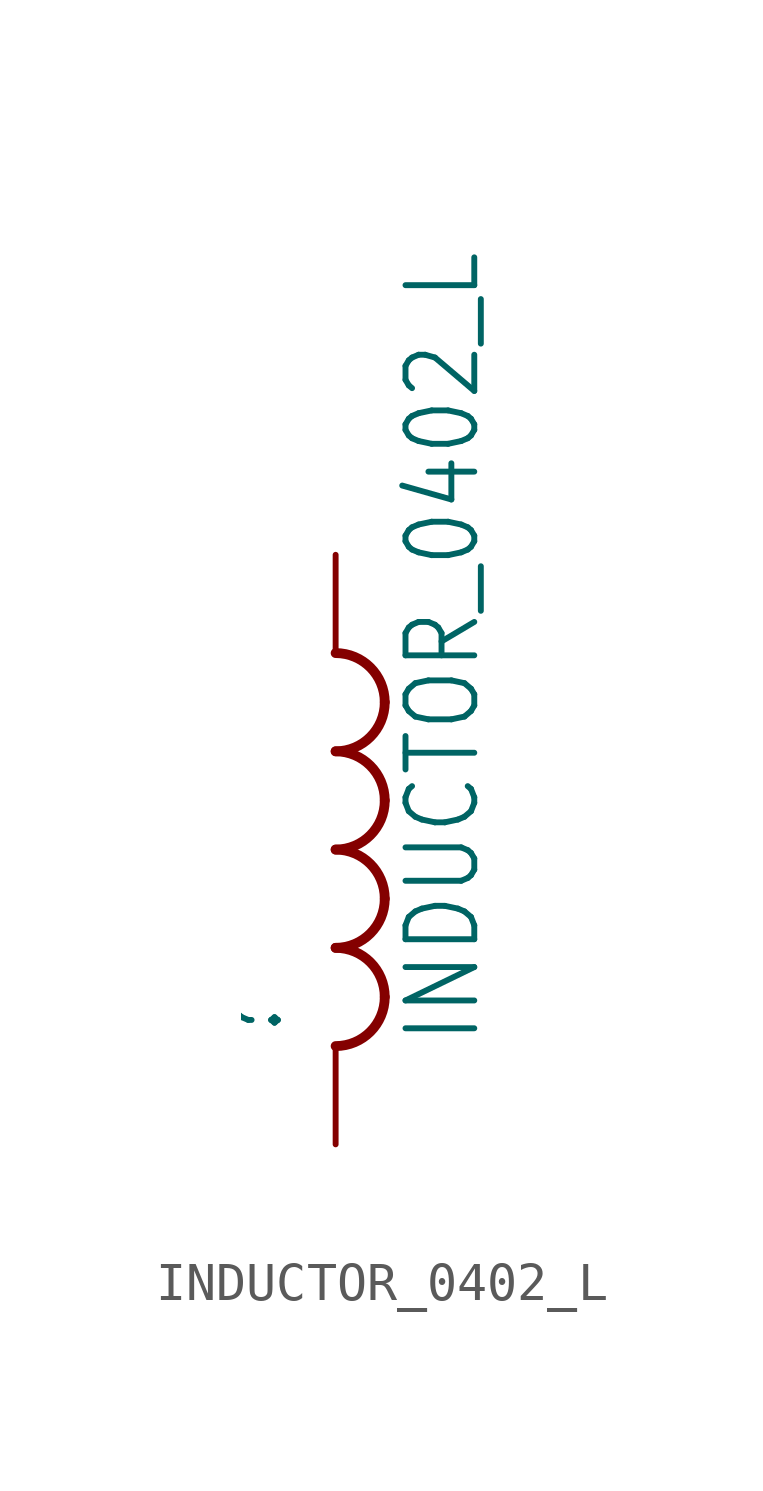
<source format=kicad_sym>
(kicad_symbol_lib
  (version 20211014)
  (generator kicad_symbol_editor)
  (symbol "INDUCTOR_0402_L"
    (property "Reference" ""
      (at -1.27 -5.08 90)
      (effects (font (size 1.778 1.511)) (justify left bottom)))
    (property "Value" "INDUCTOR_0402_L"
      (at 3.81 -5.08 90)
      (effects (font (size 1.778 1.511)) (justify left bottom)))
    (property "ki_locked" ""
      (at 0 0 0)
      (effects (font (size 1.27 1.27))))
    (symbol "INDUCTOR_0402_L_1_0"
      (arc (start 0 -5.08) (mid 0.898 -4.708) (end 1.27 -3.81) (stroke (width 0.254) (type default) (color 0 0 0 0)) (fill (type none)))
      (arc (start 0 -2.54) (mid 0.898 -2.168) (end 1.27 -1.27) (stroke (width 0.254) (type default) (color 0 0 0 0)) (fill (type none)))
      (arc (start 0 0) (mid 0.898 0.372) (end 1.27 1.27) (stroke (width 0.254) (type default) (color 0 0 0 0)) (fill (type none)))
      (arc (start 0 2.54) (mid 0.898 2.912) (end 1.27 3.81) (stroke (width 0.254) (type default) (color 0 0 0 0)) (fill (type none)))
      (arc (start 1.27 -3.81) (mid 0.898 -2.912) (end 0 -2.54) (stroke (width 0.254) (type default) (color 0 0 0 0)) (fill (type none)))
      (arc (start 1.27 -1.27) (mid 0.898 -0.372) (end 0 0) (stroke (width 0.254) (type default) (color 0 0 0 0)) (fill (type none)))
      (arc (start 1.27 1.27) (mid 0.898 2.168) (end 0 2.54) (stroke (width 0.254) (type default) (color 0 0 0 0)) (fill (type none)))
      (arc (start 1.27 3.81) (mid 0.898 4.708) (end 0 5.08) (stroke (width 0.254) (type default) (color 0 0 0 0)) (fill (type none)))
      (pin passive line (at 0 7.62 270) (length 2.54) (name "1" (effects (font (size 0 0)))) (number "1" (effects (font (size 0 0)))))
      (pin passive line (at 0 -7.62 90) (length 2.54) (name "2" (effects (font (size 0 0)))) (number "2" (effects (font (size 0 0))))))))
</source>
